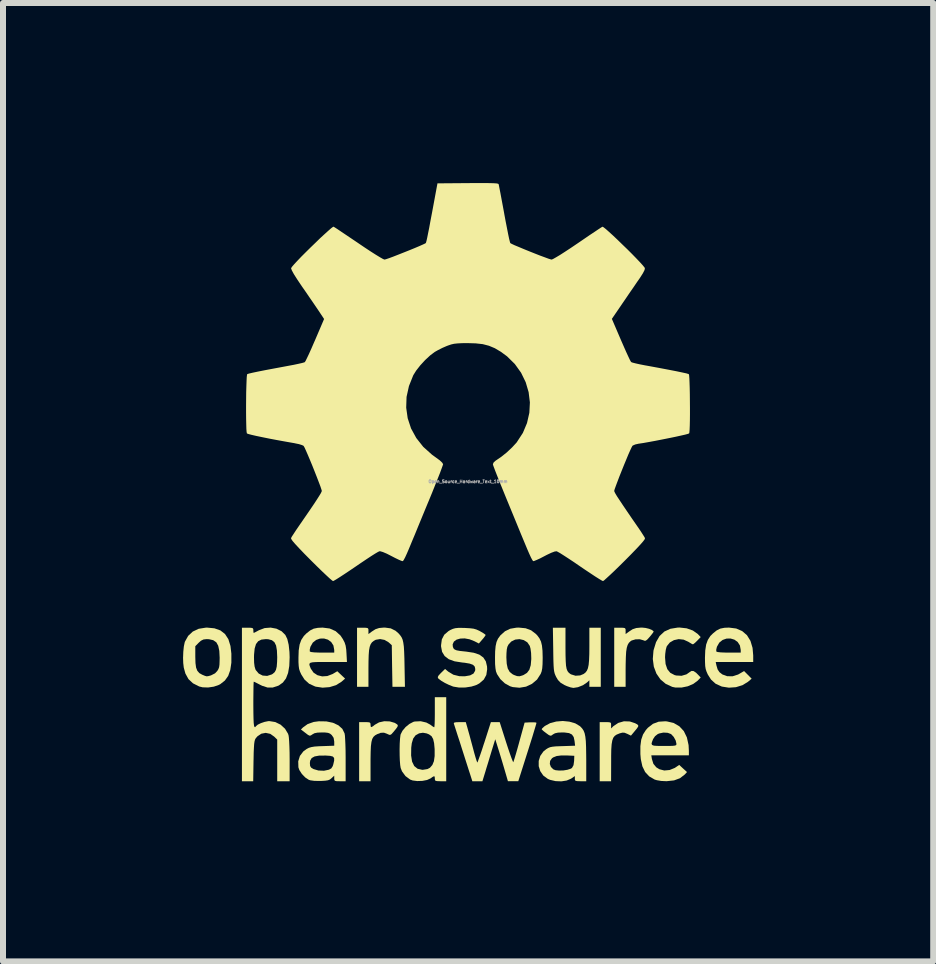
<source format=kicad_pcb>
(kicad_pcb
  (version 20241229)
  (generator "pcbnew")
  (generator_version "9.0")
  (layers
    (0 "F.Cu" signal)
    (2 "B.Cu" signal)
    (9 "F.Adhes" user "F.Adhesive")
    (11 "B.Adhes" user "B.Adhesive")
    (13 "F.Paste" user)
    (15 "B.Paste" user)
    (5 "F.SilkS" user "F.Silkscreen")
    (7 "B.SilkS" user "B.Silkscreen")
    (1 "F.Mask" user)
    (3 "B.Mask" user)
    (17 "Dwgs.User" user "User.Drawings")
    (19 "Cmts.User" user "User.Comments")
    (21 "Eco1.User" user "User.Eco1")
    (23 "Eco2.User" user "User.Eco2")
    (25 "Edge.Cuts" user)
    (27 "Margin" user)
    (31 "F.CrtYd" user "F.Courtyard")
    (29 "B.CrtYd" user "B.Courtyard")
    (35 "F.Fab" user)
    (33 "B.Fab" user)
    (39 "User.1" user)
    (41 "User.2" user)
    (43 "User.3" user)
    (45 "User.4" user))
  (footprint "Open_Source_Hardware_Text_10mm"
    (layer "F.Cu")
    (at 4.748 4.973)
    (property "Reference" "Open_Source_Hardware_Text_10mm" (at 0 0 0) (layer "F.Fab") (effects (font (size 0.05 0.05) (thickness 0.013))))
    (attr board_only exclude_from_pos_files exclude_from_bom)
    (fp_poly (pts (xy 2.696 3.998) (xy 2.783 4.027) (xy 2.819 4.046) (xy 2.836 4.062) (xy 2.835 4.084) (xy 2.813 4.116) (xy 2.771 4.167) (xy 2.761 4.179) (xy 2.715 4.234) (xy 2.653 4.204) (xy 2.609 4.186) (xy 2.573 4.184) (xy 2.527 4.196) (xy 2.518 4.2) (xy 2.476 4.217) (xy 2.444 4.239) (xy 2.42 4.27) (xy 2.404 4.315) (xy 2.393 4.378) (xy 2.387 4.463) (xy 2.385 4.576) (xy 2.385 4.67) (xy 2.384 4.994) (xy 2.194 4.994) (xy 2.194 4.009) (xy 2.289 4.009) (xy 2.344 4.01) (xy 2.372 4.015) (xy 2.383 4.03) (xy 2.384 4.06) (xy 2.384 4.114) (xy 2.423 4.076) (xy 2.504 4.022) (xy 2.598 3.995)) (stroke (width 0) (type solid)) (fill yes) (layer "F.SilkS"))
    (fp_poly (pts (xy -1.304 3.997) (xy -1.222 4.021) (xy -1.2 4.034) (xy -1.177 4.05) (xy -1.169 4.067) (xy -1.177 4.089) (xy -1.203 4.125) (xy -1.247 4.178) (xy -1.278 4.212) (xy -1.301 4.223) (xy -1.328 4.214) (xy -1.342 4.207) (xy -1.4 4.185) (xy -1.454 4.187) (xy -1.512 4.209) (xy -1.548 4.229) (xy -1.576 4.255) (xy -1.596 4.29) (xy -1.609 4.34) (xy -1.618 4.41) (xy -1.622 4.503) (xy -1.624 4.624) (xy -1.624 4.672) (xy -1.624 4.994) (xy -1.814 4.994) (xy -1.814 4.009) (xy -1.719 4.009) (xy -1.665 4.01) (xy -1.636 4.016) (xy -1.626 4.03) (xy -1.624 4.052) (xy -1.621 4.084) (xy -1.609 4.092) (xy -1.581 4.076) (xy -1.553 4.053) (xy -1.482 4.013) (xy -1.395 3.994)) (stroke (width 0) (type solid)) (fill yes) (layer "F.SilkS"))
    (fp_poly (pts (xy 2.96 2.44) (xy 3.017 2.454) (xy 3.063 2.473) (xy 3.09 2.493) (xy 3.092 2.502) (xy 3.082 2.52) (xy 3.054 2.556) (xy 3.026 2.59) (xy 2.988 2.632) (xy 2.962 2.652) (xy 2.94 2.653) (xy 2.924 2.646) (xy 2.862 2.628) (xy 2.791 2.63) (xy 2.726 2.649) (xy 2.707 2.662) (xy 2.68 2.688) (xy 2.66 2.723) (xy 2.645 2.771) (xy 2.635 2.837) (xy 2.63 2.925) (xy 2.627 3.04) (xy 2.626 3.123) (xy 2.626 3.421) (xy 2.436 3.421) (xy 2.436 2.436) (xy 2.531 2.436) (xy 2.586 2.437) (xy 2.614 2.443) (xy 2.625 2.458) (xy 2.626 2.488) (xy 2.626 2.542) (xy 2.683 2.5) (xy 2.743 2.461) (xy 2.804 2.441) (xy 2.879 2.434) (xy 2.903 2.434)) (stroke (width 0) (type solid)) (fill yes) (layer "F.SilkS"))
    (fp_poly (pts (xy -1.287 2.447) (xy -1.207 2.487) (xy -1.154 2.534) (xy -1.127 2.566) (xy -1.105 2.599) (xy -1.089 2.637) (xy -1.078 2.686) (xy -1.069 2.752) (xy -1.064 2.838) (xy -1.06 2.949) (xy -1.058 3.054) (xy -1.051 3.421) (xy -1.259 3.421) (xy -1.265 3.074) (xy -1.27 2.727) (xy -1.326 2.677) (xy -1.391 2.639) (xy -1.465 2.625) (xy -1.537 2.637) (xy -1.57 2.655) (xy -1.6 2.679) (xy -1.622 2.711) (xy -1.638 2.754) (xy -1.649 2.813) (xy -1.655 2.893) (xy -1.658 2.999) (xy -1.659 3.11) (xy -1.659 3.421) (xy -1.849 3.421) (xy -1.849 2.436) (xy -1.754 2.436) (xy -1.699 2.437) (xy -1.671 2.443) (xy -1.66 2.458) (xy -1.659 2.488) (xy -1.659 2.489) (xy -1.659 2.542) (xy -1.603 2.5) (xy -1.542 2.461) (xy -1.481 2.441) (xy -1.406 2.434) (xy -1.382 2.434)) (stroke (width 0) (type solid)) (fill yes) (layer "F.SilkS"))
    (fp_poly (pts (xy 1.624 2.765) (xy 1.625 2.895) (xy 1.628 2.994) (xy 1.633 3.068) (xy 1.643 3.122) (xy 1.658 3.159) (xy 1.679 3.186) (xy 1.706 3.207) (xy 1.719 3.214) (xy 1.791 3.236) (xy 1.868 3.231) (xy 1.926 3.207) (xy 1.957 3.183) (xy 1.981 3.152) (xy 1.998 3.111) (xy 2.01 3.054) (xy 2.017 2.977) (xy 2.021 2.875) (xy 2.022 2.748) (xy 2.022 2.436) (xy 2.212 2.436) (xy 2.212 3.421) (xy 2.022 3.421) (xy 2.022 3.312) (xy 1.983 3.348) (xy 1.915 3.394) (xy 1.832 3.427) (xy 1.756 3.439) (xy 1.708 3.43) (xy 1.647 3.409) (xy 1.605 3.39) (xy 1.542 3.352) (xy 1.499 3.307) (xy 1.469 3.257) (xy 1.455 3.227) (xy 1.444 3.199) (xy 1.436 3.166) (xy 1.43 3.125) (xy 1.426 3.068) (xy 1.423 2.991) (xy 1.421 2.888) (xy 1.42 2.804) (xy 1.414 2.436) (xy 1.624 2.436)) (stroke (width 0) (type solid)) (fill yes) (layer "F.SilkS"))
    (fp_poly (pts (xy 3.643 2.446) (xy 3.747 2.483) (xy 3.83 2.542) (xy 3.837 2.55) (xy 3.877 2.592) (xy 3.818 2.653) (xy 3.782 2.688) (xy 3.755 2.709) (xy 3.747 2.713) (xy 3.726 2.704) (xy 3.688 2.681) (xy 3.67 2.67) (xy 3.593 2.635) (xy 3.51 2.626) (xy 3.431 2.643) (xy 3.363 2.682) (xy 3.314 2.742) (xy 3.308 2.756) (xy 3.295 2.805) (xy 3.286 2.873) (xy 3.283 2.929) (xy 3.292 3.041) (xy 3.321 3.127) (xy 3.37 3.187) (xy 3.442 3.225) (xy 3.469 3.232) (xy 3.558 3.237) (xy 3.64 3.213) (xy 3.69 3.178) (xy 3.724 3.156) (xy 3.758 3.158) (xy 3.8 3.186) (xy 3.835 3.221) (xy 3.877 3.266) (xy 3.827 3.318) (xy 3.754 3.372) (xy 3.661 3.412) (xy 3.558 3.433) (xy 3.457 3.433) (xy 3.404 3.422) (xy 3.295 3.372) (xy 3.206 3.297) (xy 3.139 3.2) (xy 3.096 3.085) (xy 3.079 2.957) (xy 3.09 2.82) (xy 3.093 2.806) (xy 3.133 2.676) (xy 3.192 2.574) (xy 3.271 2.5) (xy 3.371 2.454) (xy 3.492 2.434) (xy 3.525 2.433)) (stroke (width 0) (type solid)) (fill yes) (layer "F.SilkS"))
    (fp_poly (pts (xy -4.225 2.446) (xy -4.126 2.481) (xy -4.049 2.541) (xy -3.993 2.627) (xy -3.958 2.74) (xy -3.943 2.868) (xy -3.943 3.018) (xy -3.961 3.141) (xy -3.996 3.239) (xy -4.051 3.316) (xy -4.127 3.376) (xy -4.152 3.389) (xy -4.235 3.418) (xy -4.33 3.432) (xy -4.422 3.429) (xy -4.479 3.415) (xy -4.582 3.363) (xy -4.658 3.292) (xy -4.709 3.199) (xy -4.736 3.101) (xy -4.745 3.024) (xy -4.748 2.932) (xy -4.747 2.92) (xy -4.544 2.92) (xy -4.541 3.024) (xy -4.531 3.1) (xy -4.51 3.154) (xy -4.477 3.192) (xy -4.429 3.219) (xy -4.424 3.221) (xy -4.381 3.239) (xy -4.353 3.246) (xy -4.325 3.242) (xy -4.282 3.23) (xy -4.215 3.196) (xy -4.178 3.157) (xy -4.159 3.126) (xy -4.147 3.093) (xy -4.141 3.048) (xy -4.139 2.982) (xy -4.138 2.936) (xy -4.144 2.822) (xy -4.162 2.737) (xy -4.194 2.679) (xy -4.245 2.644) (xy -4.314 2.628) (xy -4.355 2.626) (xy -4.408 2.632) (xy -4.45 2.653) (xy -4.486 2.685) (xy -4.544 2.744) (xy -4.544 2.92) (xy -4.747 2.92) (xy -4.744 2.837) (xy -4.735 2.75) (xy -4.721 2.682) (xy -4.717 2.669) (xy -4.663 2.572) (xy -4.586 2.5) (xy -4.488 2.454) (xy -4.37 2.435) (xy -4.349 2.434)) (stroke (width 0) (type solid)) (fill yes) (layer "F.SilkS"))
    (fp_poly (pts (xy 4.468 2.449) (xy 4.568 2.492) (xy 4.648 2.561) (xy 4.706 2.655) (xy 4.741 2.772) (xy 4.752 2.897) (xy 4.752 3.007) (xy 4.127 3.007) (xy 4.139 3.063) (xy 4.159 3.131) (xy 4.19 3.177) (xy 4.239 3.215) (xy 4.319 3.244) (xy 4.409 3.245) (xy 4.5 3.216) (xy 4.523 3.203) (xy 4.6 3.158) (xy 4.726 3.285) (xy 4.665 3.337) (xy 4.574 3.393) (xy 4.464 3.427) (xy 4.347 3.435) (xy 4.232 3.417) (xy 4.223 3.414) (xy 4.125 3.369) (xy 4.049 3.3) (xy 3.995 3.215) (xy 3.974 3.167) (xy 3.96 3.124) (xy 3.952 3.074) (xy 3.949 3.009) (xy 3.948 2.937) (xy 3.953 2.813) (xy 3.955 2.802) (xy 4.136 2.802) (xy 4.137 2.831) (xy 4.138 2.833) (xy 4.159 2.841) (xy 4.21 2.847) (xy 4.282 2.85) (xy 4.347 2.851) (xy 4.544 2.851) (xy 4.544 2.807) (xy 4.53 2.731) (xy 4.493 2.674) (xy 4.439 2.635) (xy 4.375 2.616) (xy 4.307 2.617) (xy 4.242 2.64) (xy 4.187 2.684) (xy 4.148 2.752) (xy 4.146 2.758) (xy 4.136 2.802) (xy 3.955 2.802) (xy 3.968 2.716) (xy 3.996 2.639) (xy 4.038 2.574) (xy 4.08 2.532) (xy 4.143 2.481) (xy 4.203 2.451) (xy 4.273 2.437) (xy 4.348 2.434)) (stroke (width 0) (type solid)) (fill yes) (layer "F.SilkS"))
    (fp_poly (pts (xy 0.96 2.445) (xy 1.051 2.479) (xy 1.13 2.539) (xy 1.154 2.564) (xy 1.19 2.613) (xy 1.216 2.667) (xy 1.232 2.733) (xy 1.241 2.819) (xy 1.244 2.931) (xy 1.244 2.946) (xy 1.242 3.042) (xy 1.237 3.111) (xy 1.227 3.163) (xy 1.211 3.205) (xy 1.15 3.3) (xy 1.066 3.371) (xy 0.967 3.418) (xy 0.858 3.436) (xy 0.745 3.425) (xy 0.7 3.411) (xy 0.615 3.364) (xy 0.539 3.293) (xy 0.483 3.208) (xy 0.482 3.205) (xy 0.466 3.163) (xy 0.457 3.111) (xy 0.451 3.041) (xy 0.45 2.946) (xy 0.45 2.929) (xy 0.639 2.929) (xy 0.645 3.036) (xy 0.662 3.115) (xy 0.694 3.172) (xy 0.742 3.211) (xy 0.765 3.223) (xy 0.817 3.242) (xy 0.858 3.245) (xy 0.904 3.232) (xy 0.925 3.224) (xy 0.983 3.188) (xy 1.022 3.136) (xy 1.045 3.061) (xy 1.054 2.961) (xy 1.054 2.941) (xy 1.051 2.856) (xy 1.041 2.783) (xy 1.029 2.739) (xy 0.988 2.679) (xy 0.928 2.642) (xy 0.857 2.626) (xy 0.786 2.634) (xy 0.721 2.666) (xy 0.674 2.717) (xy 0.656 2.753) (xy 0.646 2.798) (xy 0.641 2.859) (xy 0.639 2.929) (xy 0.45 2.929) (xy 0.452 2.83) (xy 0.46 2.742) (xy 0.475 2.674) (xy 0.499 2.619) (xy 0.535 2.57) (xy 0.539 2.564) (xy 0.616 2.495) (xy 0.703 2.453) (xy 0.808 2.435) (xy 0.847 2.434)) (stroke (width 0) (type solid)) (fill yes) (layer "F.SilkS"))
    (fp_poly (pts (xy 3.314 3.997) (xy 3.428 4.024) (xy 3.522 4.079) (xy 3.596 4.159) (xy 3.647 4.264) (xy 3.675 4.392) (xy 3.68 4.486) (xy 3.68 4.562) (xy 3.054 4.562) (xy 3.064 4.624) (xy 3.089 4.704) (xy 3.137 4.762) (xy 3.189 4.794) (xy 3.27 4.815) (xy 3.359 4.807) (xy 3.445 4.772) (xy 3.46 4.762) (xy 3.519 4.722) (xy 3.584 4.782) (xy 3.649 4.841) (xy 3.61 4.883) (xy 3.531 4.944) (xy 3.433 4.98) (xy 3.311 4.993) (xy 3.299 4.993) (xy 3.218 4.989) (xy 3.147 4.977) (xy 3.11 4.966) (xy 3.019 4.913) (xy 2.951 4.84) (xy 2.905 4.745) (xy 2.879 4.625) (xy 2.872 4.542) (xy 2.872 4.409) (xy 2.877 4.371) (xy 3.058 4.371) (xy 3.068 4.39) (xy 3.097 4.401) (xy 3.151 4.405) (xy 3.233 4.406) (xy 3.266 4.406) (xy 3.353 4.406) (xy 3.412 4.404) (xy 3.447 4.4) (xy 3.466 4.393) (xy 3.472 4.382) (xy 3.473 4.371) (xy 3.46 4.315) (xy 3.428 4.256) (xy 3.386 4.211) (xy 3.383 4.208) (xy 3.327 4.187) (xy 3.256 4.183) (xy 3.185 4.198) (xy 3.16 4.209) (xy 3.116 4.244) (xy 3.083 4.293) (xy 3.083 4.294) (xy 3.065 4.34) (xy 3.058 4.371) (xy 2.877 4.371) (xy 2.886 4.302) (xy 2.916 4.215) (xy 2.964 4.14) (xy 2.997 4.103) (xy 3.082 4.037) (xy 3.176 4.002) (xy 3.285 3.995)) (stroke (width 0) (type solid)) (fill yes) (layer "F.SilkS"))
    (fp_poly (pts (xy -2.305 2.449) (xy -2.206 2.493) (xy -2.125 2.566) (xy -2.085 2.626) (xy -2.056 2.682) (xy -2.039 2.735) (xy -2.029 2.8) (xy -2.025 2.862) (xy -2.017 3.007) (xy -2.33 3.007) (xy -2.446 3.007) (xy -2.531 3.008) (xy -2.589 3.012) (xy -2.625 3.02) (xy -2.641 3.034) (xy -2.643 3.055) (xy -2.633 3.085) (xy -2.619 3.119) (xy -2.574 3.184) (xy -2.509 3.227) (xy -2.43 3.247) (xy -2.344 3.241) (xy -2.258 3.208) (xy -2.252 3.205) (xy -2.178 3.161) (xy -2.048 3.284) (xy -2.108 3.336) (xy -2.199 3.393) (xy -2.307 3.426) (xy -2.423 3.435) (xy -2.538 3.418) (xy -2.55 3.414) (xy -2.648 3.369) (xy -2.724 3.3) (xy -2.778 3.215) (xy -2.8 3.167) (xy -2.814 3.124) (xy -2.821 3.074) (xy -2.825 3.009) (xy -2.825 2.937) (xy -2.821 2.813) (xy -2.819 2.802) (xy -2.637 2.802) (xy -2.636 2.831) (xy -2.635 2.833) (xy -2.614 2.841) (xy -2.564 2.847) (xy -2.491 2.85) (xy -2.427 2.851) (xy -2.229 2.851) (xy -2.229 2.807) (xy -2.243 2.731) (xy -2.28 2.674) (xy -2.334 2.635) (xy -2.398 2.616) (xy -2.466 2.617) (xy -2.531 2.64) (xy -2.586 2.684) (xy -2.625 2.752) (xy -2.627 2.758) (xy -2.637 2.802) (xy -2.819 2.802) (xy -2.806 2.716) (xy -2.778 2.639) (xy -2.735 2.574) (xy -2.694 2.532) (xy -2.631 2.482) (xy -2.572 2.452) (xy -2.503 2.438) (xy -2.423 2.434)) (stroke (width 0) (type solid)) (fill yes) (layer "F.SilkS"))
    (fp_poly (pts (xy -0.363 4.994) (xy -0.458 4.994) (xy -0.512 4.992) (xy -0.541 4.987) (xy -0.551 4.972) (xy -0.553 4.95) (xy -0.555 4.919) (xy -0.566 4.91) (xy -0.593 4.924) (xy -0.623 4.946) (xy -0.682 4.973) (xy -0.76 4.988) (xy -0.845 4.991) (xy -0.923 4.981) (xy -0.964 4.966) (xy -1.042 4.908) (xy -1.1 4.829) (xy -1.122 4.773) (xy -1.13 4.724) (xy -1.136 4.649) (xy -1.139 4.565) (xy -0.948 4.565) (xy -0.932 4.667) (xy -0.896 4.741) (xy -0.84 4.786) (xy -0.766 4.803) (xy -0.755 4.804) (xy -0.675 4.791) (xy -0.634 4.769) (xy -0.594 4.723) (xy -0.568 4.66) (xy -0.556 4.574) (xy -0.556 4.46) (xy -0.556 4.458) (xy -0.565 4.36) (xy -0.581 4.291) (xy -0.608 4.243) (xy -0.65 4.213) (xy -0.689 4.197) (xy -0.751 4.186) (xy -0.81 4.195) (xy -0.819 4.198) (xy -0.874 4.229) (xy -0.913 4.282) (xy -0.937 4.361) (xy -0.946 4.434) (xy -0.948 4.565) (xy -1.139 4.565) (xy -1.139 4.559) (xy -1.14 4.463) (xy -1.138 4.369) (xy -1.133 4.288) (xy -1.126 4.229) (xy -1.123 4.214) (xy -1.092 4.153) (xy -1.04 4.091) (xy -0.976 4.039) (xy -0.911 4.005) (xy -0.89 3.999) (xy -0.788 3.994) (xy -0.694 4.016) (xy -0.631 4.05) (xy -0.593 4.078) (xy -0.567 4.094) (xy -0.563 4.095) (xy -0.559 4.079) (xy -0.556 4.034) (xy -0.554 3.967) (xy -0.553 3.883) (xy -0.553 3.845) (xy -0.553 3.594) (xy -0.363 3.594)) (stroke (width 0) (type solid)) (fill yes) (layer "F.SilkS"))
    (fp_poly (pts (xy -0.011 4.099) (xy 0.003 4.15) (xy 0.024 4.224) (xy 0.048 4.314) (xy 0.074 4.41) (xy 0.081 4.436) (xy 0.104 4.523) (xy 0.125 4.596) (xy 0.142 4.65) (xy 0.153 4.679) (xy 0.155 4.683) (xy 0.163 4.667) (xy 0.179 4.623) (xy 0.203 4.556) (xy 0.232 4.471) (xy 0.264 4.372) (xy 0.273 4.346) (xy 0.381 4.009) (xy 0.528 4.009) (xy 0.636 4.348) (xy 0.669 4.449) (xy 0.699 4.537) (xy 0.724 4.607) (xy 0.743 4.655) (xy 0.753 4.677) (xy 0.754 4.677) (xy 0.761 4.659) (xy 0.776 4.612) (xy 0.797 4.542) (xy 0.822 4.455) (xy 0.85 4.355) (xy 0.853 4.343) (xy 0.943 4.017) (xy 1.042 4.012) (xy 1.095 4.012) (xy 1.131 4.015) (xy 1.141 4.021) (xy 1.136 4.04) (xy 1.122 4.088) (xy 1.1 4.161) (xy 1.072 4.254) (xy 1.038 4.362) (xy 1 4.483) (xy 0.99 4.514) (xy 0.838 4.993) (xy 0.752 4.993) (xy 0.665 4.993) (xy 0.606 4.791) (xy 0.577 4.693) (xy 0.546 4.59) (xy 0.517 4.495) (xy 0.5 4.441) (xy 0.454 4.294) (xy 0.398 4.475) (xy 0.368 4.574) (xy 0.335 4.684) (xy 0.303 4.787) (xy 0.292 4.825) (xy 0.24 4.994) (xy 0.072 4.994) (xy 0.046 4.912) (xy 0.033 4.871) (xy 0.011 4.804) (xy -0.017 4.716) (xy -0.05 4.613) (xy -0.086 4.5) (xy -0.105 4.441) (xy -0.14 4.33) (xy -0.173 4.23) (xy -0.2 4.145) (xy -0.221 4.08) (xy -0.234 4.04) (xy -0.237 4.03) (xy -0.232 4.018) (xy -0.201 4.011) (xy -0.141 4.009) (xy -0.037 4.009)) (stroke (width 0) (type solid)) (fill yes) (layer "F.SilkS"))
    (fp_poly (pts (xy -0.096 2.439) (xy -0.052 2.44) (xy 0.032 2.445) (xy 0.092 2.452) (xy 0.14 2.466) (xy 0.187 2.487) (xy 0.203 2.496) (xy 0.251 2.524) (xy 0.284 2.547) (xy 0.294 2.557) (xy 0.283 2.576) (xy 0.257 2.611) (xy 0.237 2.634) (xy 0.181 2.699) (xy 0.109 2.662) (xy 0.026 2.629) (xy -0.055 2.614) (xy -0.13 2.617) (xy -0.192 2.635) (xy -0.235 2.667) (xy -0.256 2.713) (xy -0.253 2.751) (xy -0.243 2.779) (xy -0.223 2.799) (xy -0.189 2.813) (xy -0.134 2.823) (xy -0.051 2.832) (xy -0.031 2.834) (xy 0.094 2.853) (xy 0.188 2.884) (xy 0.255 2.932) (xy 0.297 2.997) (xy 0.317 3.082) (xy 0.319 3.129) (xy 0.305 3.223) (xy 0.263 3.3) (xy 0.19 3.363) (xy 0.145 3.388) (xy 0.059 3.416) (xy -0.044 3.432) (xy -0.149 3.433) (xy -0.241 3.418) (xy -0.254 3.414) (xy -0.317 3.389) (xy -0.385 3.356) (xy -0.446 3.32) (xy -0.489 3.287) (xy -0.498 3.278) (xy -0.504 3.259) (xy -0.491 3.233) (xy -0.454 3.193) (xy -0.45 3.189) (xy -0.382 3.123) (xy -0.33 3.167) (xy -0.244 3.219) (xy -0.143 3.244) (xy -0.051 3.245) (xy 0.035 3.23) (xy 0.091 3.2) (xy 0.118 3.154) (xy 0.121 3.125) (xy 0.112 3.084) (xy 0.083 3.054) (xy 0.028 3.034) (xy -0.054 3.02) (xy -0.095 3.016) (xy -0.223 2.996) (xy -0.32 2.961) (xy -0.389 2.908) (xy -0.432 2.838) (xy -0.449 2.748) (xy -0.449 2.727) (xy -0.436 2.63) (xy -0.396 2.553) (xy -0.325 2.492) (xy -0.294 2.474) (xy -0.252 2.455) (xy -0.212 2.444) (xy -0.164 2.439)) (stroke (width 0) (type solid)) (fill yes) (layer "F.SilkS"))
    (fp_poly (pts (xy 1.688 4.001) (xy 1.786 4.029) (xy 1.865 4.076) (xy 1.874 4.085) (xy 1.903 4.116) (xy 1.926 4.151) (xy 1.943 4.194) (xy 1.955 4.251) (xy 1.963 4.325) (xy 1.967 4.421) (xy 1.969 4.544) (xy 1.97 4.635) (xy 1.97 4.994) (xy 1.875 4.994) (xy 1.82 4.992) (xy 1.792 4.987) (xy 1.781 4.972) (xy 1.78 4.951) (xy 1.78 4.908) (xy 1.717 4.951) (xy 1.645 4.982) (xy 1.556 4.996) (xy 1.459 4.992) (xy 1.368 4.971) (xy 1.33 4.955) (xy 1.254 4.899) (xy 1.204 4.826) (xy 1.178 4.743) (xy 1.178 4.707) (xy 1.363 4.707) (xy 1.382 4.757) (xy 1.422 4.796) (xy 1.458 4.81) (xy 1.519 4.816) (xy 1.59 4.814) (xy 1.657 4.803) (xy 1.71 4.786) (xy 1.732 4.773) (xy 1.758 4.726) (xy 1.768 4.655) (xy 1.771 4.57) (xy 1.659 4.565) (xy 1.555 4.564) (xy 1.477 4.574) (xy 1.421 4.596) (xy 1.399 4.611) (xy 1.368 4.655) (xy 1.363 4.707) (xy 1.178 4.707) (xy 1.178 4.656) (xy 1.204 4.572) (xy 1.256 4.498) (xy 1.302 4.461) (xy 1.334 4.441) (xy 1.367 4.427) (xy 1.406 4.419) (xy 1.462 4.413) (xy 1.541 4.41) (xy 1.577 4.409) (xy 1.784 4.402) (xy 1.775 4.323) (xy 1.761 4.258) (xy 1.732 4.216) (xy 1.684 4.192) (xy 1.61 4.182) (xy 1.572 4.181) (xy 1.499 4.184) (xy 1.449 4.195) (xy 1.415 4.214) (xy 1.391 4.232) (xy 1.37 4.235) (xy 1.343 4.222) (xy 1.302 4.192) (xy 1.26 4.16) (xy 1.233 4.135) (xy 1.227 4.126) (xy 1.24 4.109) (xy 1.271 4.081) (xy 1.283 4.072) (xy 1.368 4.026) (xy 1.47 3.999) (xy 1.579 3.99)) (stroke (width 0) (type solid)) (fill yes) (layer "F.SilkS"))
    (fp_poly (pts (xy -2.36 3.997) (xy -2.25 4.02) (xy -2.16 4.062) (xy -2.094 4.121) (xy -2.057 4.196) (xy -2.051 4.232) (xy -2.047 4.296) (xy -2.043 4.383) (xy -2.04 4.485) (xy -2.039 4.597) (xy -2.039 4.626) (xy -2.039 4.994) (xy -2.134 4.994) (xy -2.188 4.993) (xy -2.217 4.987) (xy -2.227 4.972) (xy -2.229 4.947) (xy -2.229 4.901) (xy -2.274 4.943) (xy -2.301 4.965) (xy -2.333 4.978) (xy -2.38 4.985) (xy -2.45 4.989) (xy -2.459 4.989) (xy -2.558 4.988) (xy -2.629 4.978) (xy -2.653 4.97) (xy -2.712 4.931) (xy -2.768 4.873) (xy -2.81 4.808) (xy -2.826 4.762) (xy -2.828 4.691) (xy -2.635 4.691) (xy -2.631 4.739) (xy -2.614 4.767) (xy -2.575 4.791) (xy -2.493 4.815) (xy -2.4 4.819) (xy -2.318 4.802) (xy -2.278 4.78) (xy -2.254 4.742) (xy -2.245 4.714) (xy -2.23 4.649) (xy -2.231 4.607) (xy -2.251 4.583) (xy -2.296 4.571) (xy -2.37 4.566) (xy -2.376 4.566) (xy -2.481 4.567) (xy -2.557 4.581) (xy -2.605 4.608) (xy -2.63 4.651) (xy -2.635 4.691) (xy -2.828 4.691) (xy -2.829 4.663) (xy -2.801 4.572) (xy -2.744 4.497) (xy -2.688 4.456) (xy -2.651 4.437) (xy -2.61 4.425) (xy -2.557 4.416) (xy -2.483 4.411) (xy -2.423 4.409) (xy -2.229 4.402) (xy -2.229 4.334) (xy -2.239 4.271) (xy -2.271 4.224) (xy -2.299 4.201) (xy -2.331 4.188) (xy -2.378 4.182) (xy -2.433 4.181) (xy -2.508 4.184) (xy -2.558 4.194) (xy -2.594 4.214) (xy -2.594 4.214) (xy -2.619 4.231) (xy -2.639 4.235) (xy -2.666 4.222) (xy -2.709 4.189) (xy -2.709 4.189) (xy -2.784 4.132) (xy -2.749 4.097) (xy -2.671 4.041) (xy -2.57 4.006) (xy -2.486 3.995)) (stroke (width 0) (type solid)) (fill yes) (layer "F.SilkS"))
    (fp_poly (pts (xy -3.192 2.452) (xy -3.106 2.495) (xy -3.044 2.556) (xy -3.011 2.624) (xy -2.988 2.72) (xy -2.975 2.841) (xy -2.972 2.929) (xy -2.978 3.074) (xy -2.998 3.19) (xy -3.033 3.281) (xy -3.084 3.349) (xy -3.152 3.398) (xy -3.169 3.405) (xy -3.255 3.433) (xy -3.339 3.433) (xy -3.429 3.404) (xy -3.464 3.387) (xy -3.516 3.36) (xy -3.554 3.341) (xy -3.57 3.335) (xy -3.572 3.351) (xy -3.574 3.397) (xy -3.575 3.468) (xy -3.576 3.559) (xy -3.577 3.664) (xy -3.577 3.715) (xy -3.576 3.848) (xy -3.574 3.95) (xy -3.571 4.022) (xy -3.565 4.069) (xy -3.557 4.091) (xy -3.546 4.093) (xy -3.533 4.077) (xy -3.532 4.076) (xy -3.503 4.051) (xy -3.451 4.026) (xy -3.389 4.005) (xy -3.329 3.993) (xy -3.309 3.992) (xy -3.211 4.008) (xy -3.122 4.052) (xy -3.049 4.119) (xy -2.999 4.202) (xy -2.99 4.23) (xy -2.985 4.266) (xy -2.98 4.331) (xy -2.976 4.418) (xy -2.973 4.52) (xy -2.972 4.63) (xy -2.972 4.644) (xy -2.972 4.994) (xy -3.179 4.994) (xy -3.179 4.3) (xy -3.229 4.251) (xy -3.296 4.204) (xy -3.371 4.188) (xy -3.444 4.202) (xy -3.508 4.245) (xy -3.538 4.28) (xy -3.549 4.301) (xy -3.557 4.33) (xy -3.563 4.372) (xy -3.567 4.432) (xy -3.571 4.516) (xy -3.573 4.627) (xy -3.574 4.66) (xy -3.579 4.994) (xy -3.767 4.994) (xy -3.767 2.929) (xy -3.566 2.929) (xy -3.564 3.019) (xy -3.556 3.083) (xy -3.542 3.13) (xy -3.536 3.142) (xy -3.487 3.2) (xy -3.422 3.233) (xy -3.347 3.239) (xy -3.271 3.215) (xy -3.253 3.204) (xy -3.221 3.176) (xy -3.2 3.138) (xy -3.187 3.083) (xy -3.181 3.004) (xy -3.179 2.927) (xy -3.184 2.815) (xy -3.198 2.733) (xy -3.226 2.677) (xy -3.268 2.644) (xy -3.328 2.628) (xy -3.369 2.626) (xy -3.442 2.634) (xy -3.496 2.661) (xy -3.533 2.709) (xy -3.555 2.783) (xy -3.565 2.885) (xy -3.566 2.929) (xy -3.767 2.929) (xy -3.767 2.436) (xy -3.672 2.436) (xy -3.617 2.437) (xy -3.589 2.443) (xy -3.578 2.458) (xy -3.577 2.48) (xy -3.575 2.512) (xy -3.57 2.523) (xy -3.553 2.515) (xy -3.515 2.495) (xy -3.484 2.478) (xy -3.389 2.442) (xy -3.289 2.434)) (stroke (width 0) (type solid)) (fill yes) (layer "F.SilkS"))
    (fp_poly (pts (xy 0.362 -4.972) (xy 0.429 -4.97) (xy 0.474 -4.967) (xy 0.5 -4.962) (xy 0.51 -4.955) (xy 0.51 -4.955) (xy 0.515 -4.933) (xy 0.525 -4.881) (xy 0.54 -4.805) (xy 0.558 -4.708) (xy 0.579 -4.596) (xy 0.602 -4.472) (xy 0.604 -4.459) (xy 0.627 -4.335) (xy 0.649 -4.223) (xy 0.668 -4.126) (xy 0.684 -4.049) (xy 0.697 -3.997) (xy 0.704 -3.973) (xy 0.704 -3.973) (xy 0.727 -3.96) (xy 0.776 -3.937) (xy 0.846 -3.908) (xy 0.929 -3.873) (xy 1.02 -3.836) (xy 1.113 -3.799) (xy 1.202 -3.764) (xy 1.281 -3.735) (xy 1.343 -3.712) (xy 1.383 -3.7) (xy 1.393 -3.698) (xy 1.416 -3.707) (xy 1.464 -3.734) (xy 1.533 -3.775) (xy 1.617 -3.829) (xy 1.713 -3.892) (xy 1.818 -3.963) (xy 1.824 -3.967) (xy 1.928 -4.038) (xy 2.023 -4.103) (xy 2.106 -4.158) (xy 2.173 -4.203) (xy 2.219 -4.233) (xy 2.241 -4.246) (xy 2.241 -4.246) (xy 2.259 -4.236) (xy 2.297 -4.206) (xy 2.351 -4.158) (xy 2.418 -4.097) (xy 2.493 -4.026) (xy 2.573 -3.948) (xy 2.655 -3.869) (xy 2.733 -3.791) (xy 2.804 -3.718) (xy 2.865 -3.654) (xy 2.912 -3.602) (xy 2.94 -3.567) (xy 2.947 -3.556) (xy 2.942 -3.525) (xy 2.914 -3.47) (xy 2.865 -3.393) (xy 2.858 -3.383) (xy 2.814 -3.32) (xy 2.757 -3.236) (xy 2.691 -3.141) (xy 2.624 -3.042) (xy 2.578 -2.975) (xy 2.397 -2.71) (xy 2.548 -2.358) (xy 2.593 -2.255) (xy 2.634 -2.162) (xy 2.67 -2.084) (xy 2.697 -2.027) (xy 2.715 -1.995) (xy 2.719 -1.99) (xy 2.742 -1.981) (xy 2.793 -1.968) (xy 2.865 -1.952) (xy 2.952 -1.935) (xy 2.998 -1.927) (xy 3.182 -1.893) (xy 3.34 -1.863) (xy 3.469 -1.838) (xy 3.569 -1.817) (xy 3.638 -1.802) (xy 3.674 -1.791) (xy 3.679 -1.789) (xy 3.684 -1.77) (xy 3.688 -1.721) (xy 3.691 -1.649) (xy 3.694 -1.558) (xy 3.696 -1.454) (xy 3.697 -1.342) (xy 3.698 -1.229) (xy 3.698 -1.118) (xy 3.697 -1.016) (xy 3.695 -0.928) (xy 3.692 -0.859) (xy 3.688 -0.815) (xy 3.684 -0.802) (xy 3.665 -0.794) (xy 3.617 -0.781) (xy 3.546 -0.765) (xy 3.456 -0.745) (xy 3.354 -0.724) (xy 3.244 -0.702) (xy 3.132 -0.68) (xy 3.024 -0.66) (xy 2.923 -0.642) (xy 2.837 -0.629) (xy 2.785 -0.617) (xy 2.747 -0.6) (xy 2.74 -0.595) (xy 2.727 -0.572) (xy 2.704 -0.523) (xy 2.673 -0.454) (xy 2.638 -0.369) (xy 2.599 -0.275) (xy 2.56 -0.178) (xy 2.522 -0.083) (xy 2.489 0.004) (xy 2.462 0.076) (xy 2.443 0.129) (xy 2.436 0.156) (xy 2.436 0.157) (xy 2.441 0.173) (xy 2.456 0.202) (xy 2.483 0.247) (xy 2.524 0.309) (xy 2.579 0.392) (xy 2.65 0.497) (xy 2.738 0.626) (xy 2.828 0.756) (xy 2.874 0.823) (xy 2.912 0.882) (xy 2.939 0.925) (xy 2.949 0.944) (xy 2.944 0.962) (xy 2.919 0.996) (xy 2.873 1.049) (xy 2.806 1.121) (xy 2.715 1.215) (xy 2.616 1.315) (xy 2.526 1.404) (xy 2.443 1.485) (xy 2.371 1.553) (xy 2.312 1.607) (xy 2.271 1.644) (xy 2.25 1.659) (xy 2.249 1.659) (xy 2.228 1.649) (xy 2.184 1.623) (xy 2.119 1.582) (xy 2.039 1.529) (xy 1.946 1.467) (xy 1.868 1.414) (xy 1.769 1.346) (xy 1.677 1.285) (xy 1.597 1.233) (xy 1.534 1.193) (xy 1.491 1.169) (xy 1.475 1.162) (xy 1.442 1.167) (xy 1.386 1.188) (xy 1.312 1.223) (xy 1.272 1.244) (xy 1.203 1.28) (xy 1.144 1.307) (xy 1.102 1.324) (xy 1.086 1.327) (xy 1.072 1.309) (xy 1.049 1.266) (xy 1.02 1.203) (xy 0.987 1.127) (xy 0.985 1.122) (xy 0.878 0.865) (xy 0.785 0.638) (xy 0.703 0.439) (xy 0.633 0.269) (xy 0.574 0.124) (xy 0.525 0.003) (xy 0.486 -0.095) (xy 0.456 -0.171) (xy 0.435 -0.227) (xy 0.421 -0.265) (xy 0.415 -0.286) (xy 0.415 -0.29) (xy 0.428 -0.319) (xy 0.462 -0.349) (xy 0.467 -0.352) (xy 0.552 -0.41) (xy 0.646 -0.485) (xy 0.734 -0.568) (xy 0.806 -0.646) (xy 0.813 -0.655) (xy 0.914 -0.81) (xy 0.983 -0.974) (xy 1.022 -1.145) (xy 1.031 -1.318) (xy 1.01 -1.489) (xy 0.961 -1.655) (xy 0.884 -1.813) (xy 0.78 -1.958) (xy 0.65 -2.086) (xy 0.548 -2.161) (xy 0.447 -2.221) (xy 0.349 -2.262) (xy 0.245 -2.289) (xy 0.127 -2.302) (xy -0.009 -2.306) (xy -0.105 -2.305) (xy -0.176 -2.301) (xy -0.232 -2.295) (xy -0.28 -2.284) (xy -0.33 -2.267) (xy -0.354 -2.258) (xy -0.428 -2.226) (xy -0.501 -2.189) (xy -0.554 -2.159) (xy -0.631 -2.101) (xy -0.715 -2.023) (xy -0.795 -1.936) (xy -0.864 -1.848) (xy -0.912 -1.771) (xy -0.984 -1.591) (xy -1.024 -1.41) (xy -1.03 -1.23) (xy -1.005 -1.054) (xy -0.949 -0.884) (xy -0.862 -0.725) (xy -0.746 -0.578) (xy -0.6 -0.447) (xy -0.531 -0.397) (xy -0.471 -0.353) (xy -0.431 -0.315) (xy -0.415 -0.289) (xy -0.415 -0.289) (xy -0.422 -0.266) (xy -0.44 -0.216) (xy -0.468 -0.14) (xy -0.506 -0.045) (xy -0.551 0.068) (xy -0.601 0.193) (xy -0.657 0.329) (xy -0.659 0.333) (xy -0.719 0.478) (xy -0.778 0.621) (xy -0.834 0.757) (xy -0.885 0.882) (xy -0.93 0.989) (xy -0.965 1.074) (xy -0.985 1.122) (xy -1.018 1.199) (xy -1.047 1.262) (xy -1.071 1.307) (xy -1.086 1.327) (xy -1.086 1.327) (xy -1.109 1.322) (xy -1.154 1.303) (xy -1.216 1.273) (xy -1.272 1.244) (xy -1.352 1.203) (xy -1.418 1.175) (xy -1.463 1.162) (xy -1.475 1.162) (xy -1.499 1.173) (xy -1.547 1.201) (xy -1.615 1.244) (xy -1.698 1.299) (xy -1.792 1.362) (xy -1.868 1.414) (xy -1.967 1.481) (xy -2.057 1.541) (xy -2.135 1.592) (xy -2.195 1.63) (xy -2.235 1.653) (xy -2.249 1.659) (xy -2.267 1.647) (xy -2.306 1.614) (xy -2.362 1.562) (xy -2.433 1.495) (xy -2.514 1.416) (xy -2.603 1.328) (xy -2.616 1.315) (xy -2.728 1.202) (xy -2.815 1.111) (xy -2.88 1.041) (xy -2.923 0.991) (xy -2.945 0.958) (xy -2.949 0.944) (xy -2.936 0.919) (xy -2.906 0.873) (xy -2.867 0.813) (xy -2.828 0.756) (xy -2.724 0.605) (xy -2.638 0.48) (xy -2.569 0.378) (xy -2.517 0.299) (xy -2.479 0.239) (xy -2.453 0.196) (xy -2.44 0.169) (xy -2.436 0.157) (xy -2.443 0.131) (xy -2.46 0.08) (xy -2.487 0.009) (xy -2.52 -0.077) (xy -2.557 -0.171) (xy -2.596 -0.269) (xy -2.635 -0.363) (xy -2.671 -0.448) (xy -2.702 -0.519) (xy -2.725 -0.569) (xy -2.739 -0.593) (xy -2.739 -0.594) (xy -2.766 -0.607) (xy -2.817 -0.623) (xy -2.881 -0.636) (xy -2.888 -0.638) (xy -3.036 -0.664) (xy -3.179 -0.69) (xy -3.311 -0.715) (xy -3.429 -0.739) (xy -3.53 -0.76) (xy -3.608 -0.778) (xy -3.661 -0.792) (xy -3.684 -0.801) (xy -3.684 -0.802) (xy -3.689 -0.825) (xy -3.693 -0.877) (xy -3.695 -0.952) (xy -3.697 -1.045) (xy -3.698 -1.15) (xy -3.698 -1.262) (xy -3.697 -1.376) (xy -3.696 -1.486) (xy -3.693 -1.586) (xy -3.69 -1.672) (xy -3.687 -1.738) (xy -3.682 -1.779) (xy -3.679 -1.789) (xy -3.652 -1.798) (xy -3.593 -1.812) (xy -3.503 -1.831) (xy -3.382 -1.855) (xy -3.233 -1.883) (xy -3.056 -1.916) (xy -2.998 -1.927) (xy -2.906 -1.944) (xy -2.826 -1.961) (xy -2.764 -1.975) (xy -2.726 -1.986) (xy -2.719 -1.99) (xy -2.706 -2.01) (xy -2.683 -2.057) (xy -2.65 -2.126) (xy -2.611 -2.213) (xy -2.568 -2.312) (xy -2.548 -2.357) (xy -2.398 -2.708) (xy -2.489 -2.845) (xy -2.529 -2.904) (xy -2.584 -2.985) (xy -2.648 -3.078) (xy -2.715 -3.176) (xy -2.769 -3.253) (xy -2.846 -3.368) (xy -2.902 -3.456) (xy -2.935 -3.517) (xy -2.948 -3.552) (xy -2.947 -3.556) (xy -2.931 -3.58) (xy -2.895 -3.622) (xy -2.842 -3.679) (xy -2.777 -3.747) (xy -2.702 -3.822) (xy -2.622 -3.901) (xy -2.54 -3.98) (xy -2.462 -4.056) (xy -2.389 -4.123) (xy -2.327 -4.179) (xy -2.279 -4.221) (xy -2.249 -4.243) (xy -2.241 -4.246) (xy -2.22 -4.234) (xy -2.175 -4.205) (xy -2.11 -4.161) (xy -2.028 -4.106) (xy -1.933 -4.042) (xy -1.829 -3.972) (xy -1.822 -3.967) (xy -1.717 -3.896) (xy -1.62 -3.832) (xy -1.535 -3.778) (xy -1.466 -3.736) (xy -1.417 -3.708) (xy -1.392 -3.698) (xy -1.391 -3.698) (xy -1.367 -3.704) (xy -1.316 -3.721) (xy -1.246 -3.747) (xy -1.162 -3.78) (xy -1.071 -3.816) (xy -0.978 -3.853) (xy -0.89 -3.889) (xy -0.812 -3.922) (xy -0.751 -3.949) (xy -0.713 -3.967) (xy -0.704 -3.973) (xy -0.699 -3.984) (xy -0.691 -4.013) (xy -0.68 -4.062) (xy -0.666 -4.132) (xy -0.647 -4.226) (xy -0.625 -4.346) (xy -0.597 -4.493) (xy -0.564 -4.671) (xy -0.53 -4.855) (xy -0.509 -4.968) (xy -0.004 -4.972) (xy 0.149 -4.973) (xy 0.269 -4.973)) (stroke (width 0) (type solid)) (fill yes) (layer "F.SilkS")))
  (gr_rect
    (start -3 -3)
    (end 12.499 12.969)
    (stroke (width 0.1) (type default))
    (fill no)
    (layer "Edge.Cuts")))
</source>
